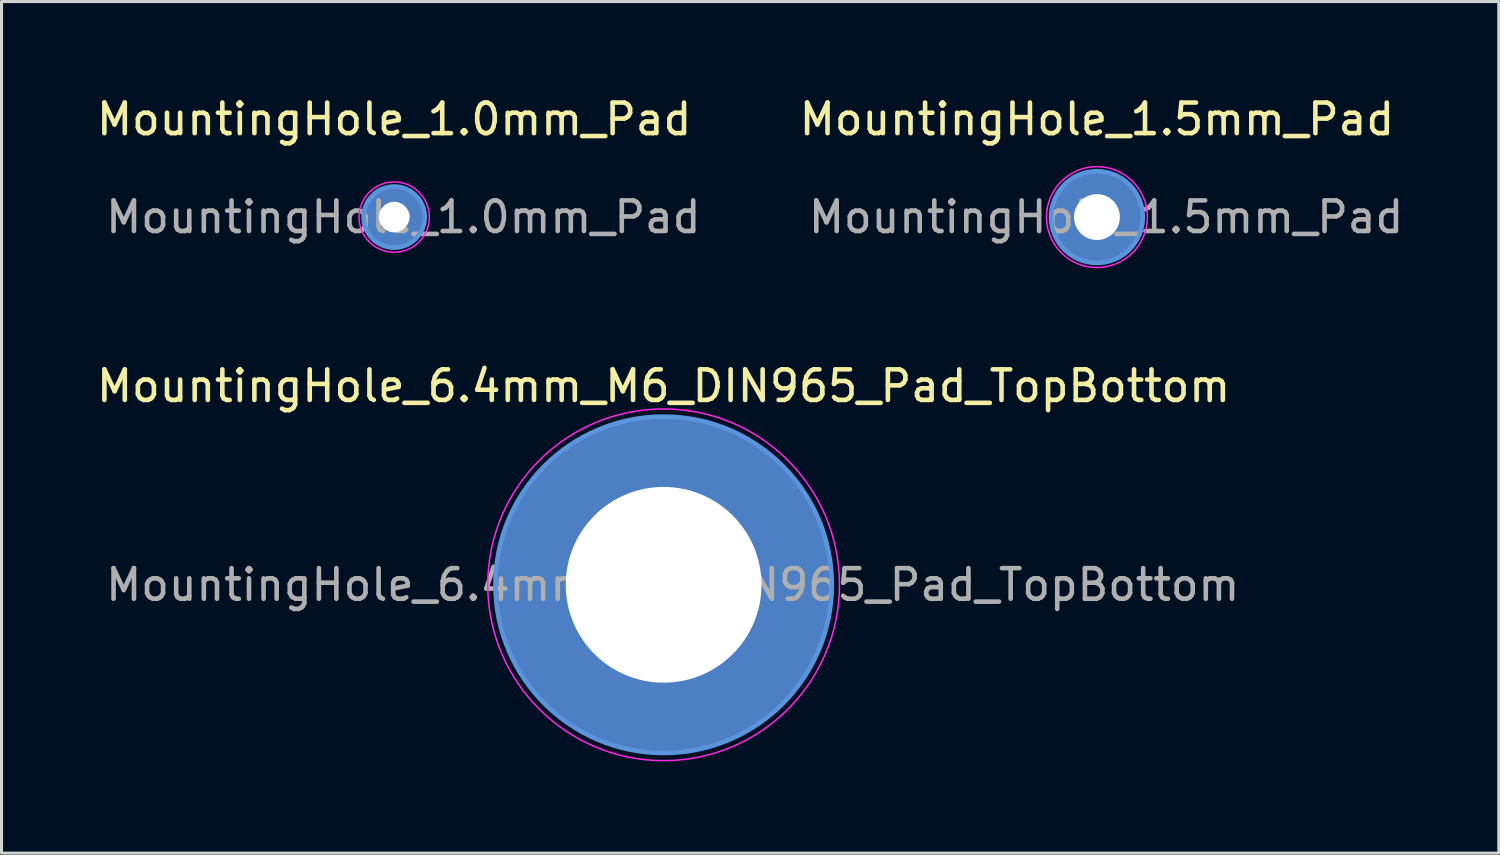
<source format=kicad_pcb>
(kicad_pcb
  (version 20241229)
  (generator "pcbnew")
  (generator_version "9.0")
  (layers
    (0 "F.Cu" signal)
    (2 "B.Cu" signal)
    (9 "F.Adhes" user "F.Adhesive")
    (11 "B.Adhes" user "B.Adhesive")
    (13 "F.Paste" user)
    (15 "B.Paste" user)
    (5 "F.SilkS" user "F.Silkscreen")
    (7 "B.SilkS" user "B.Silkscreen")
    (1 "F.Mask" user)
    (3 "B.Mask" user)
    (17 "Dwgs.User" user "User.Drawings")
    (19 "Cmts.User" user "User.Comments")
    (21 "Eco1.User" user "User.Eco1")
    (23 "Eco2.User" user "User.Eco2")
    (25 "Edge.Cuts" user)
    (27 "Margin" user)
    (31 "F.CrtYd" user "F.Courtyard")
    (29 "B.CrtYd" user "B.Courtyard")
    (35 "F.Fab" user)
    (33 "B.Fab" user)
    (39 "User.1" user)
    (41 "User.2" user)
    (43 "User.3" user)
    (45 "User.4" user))
  (footprint "MountingHole_1.5mm_Pad"
    (layer "F.Cu")
    (at 32.818 4.048)
    (property "Reference" "MountingHole_1.5mm_Pad" (at 0 -3.2 0) (layer "F.SilkS") (effects (font (size 1 1) (thickness 0.15))))
    (attr exclude_from_pos_files exclude_from_bom)
    (fp_circle (center 0 0) (end 1.5 0) (stroke (width 0.15) (type solid)) (fill no) (layer "Cmts.User"))
    (fp_circle (center 0 0) (end 1.65 0) (stroke (width 0.05) (type solid)) (fill no) (layer "F.CrtYd"))
    (fp_text user "${REFERENCE}" (at 0.3 0 0) (layer "F.Fab") (effects (font (size 1 1) (thickness 0.15))))
    (pad "1" thru_hole circle (at 0 0) (size 3 3) (drill 1.5) (layers "*.Cu" "*.Mask")))
  (footprint "MountingHole_6.4mm_M6_DIN965_Pad_TopBottom"
    (layer "F.Cu")
    (at 18.649 16.072)
    (property "Reference" "MountingHole_6.4mm_M6_DIN965_Pad_TopBottom" (at 0 -6.5 0) (layer "F.SilkS") (effects (font (size 1 1) (thickness 0.15))))
    (attr exclude_from_pos_files exclude_from_bom)
    (fp_circle (center 0 0) (end 5.5 0) (stroke (width 0.15) (type solid)) (fill no) (layer "Cmts.User"))
    (fp_circle (center 0 0) (end 5.75 0) (stroke (width 0.05) (type solid)) (fill no) (layer "F.CrtYd"))
    (fp_text user "${REFERENCE}" (at 0.3 0 0) (layer "F.Fab") (effects (font (size 1 1) (thickness 0.15))))
    (pad "1" thru_hole circle (at 0 0) (size 6.8 6.8) (drill 6.4) (layers "*.Cu" "*.Mask"))
    (pad "1" connect circle (at 0 0) (size 11 11) (layers "F.Cu" "F.Mask"))
    (pad "1" connect circle (at 0 0) (size 11 11) (layers "B.Cu" "B.Mask")))
  (footprint "MountingHole_1.0mm_Pad"
    (layer "F.Cu")
    (at 9.839 4.048)
    (property "Reference" "MountingHole_1.0mm_Pad" (at 0 -3.2 0) (layer "F.SilkS") (effects (font (size 1 1) (thickness 0.15))))
    (attr exclude_from_pos_files exclude_from_bom)
    (fp_circle (center 0 0) (end 1 0) (stroke (width 0.15) (type solid)) (fill no) (layer "Cmts.User"))
    (fp_circle (center 0 0) (end 1.15 0) (stroke (width 0.05) (type solid)) (fill no) (layer "F.CrtYd"))
    (fp_text user "${REFERENCE}" (at 0.3 0 0) (layer "F.Fab") (effects (font (size 1 1) (thickness 0.15))))
    (pad "1" thru_hole circle (at 0 0) (size 2 2) (drill 1) (layers "*.Cu" "*.Mask")))
  (gr_rect
    (start -3 -3)
    (end 45.957 24.846)
    (stroke (width 0.1) (type default))
    (fill no)
    (layer "Edge.Cuts")))
</source>
